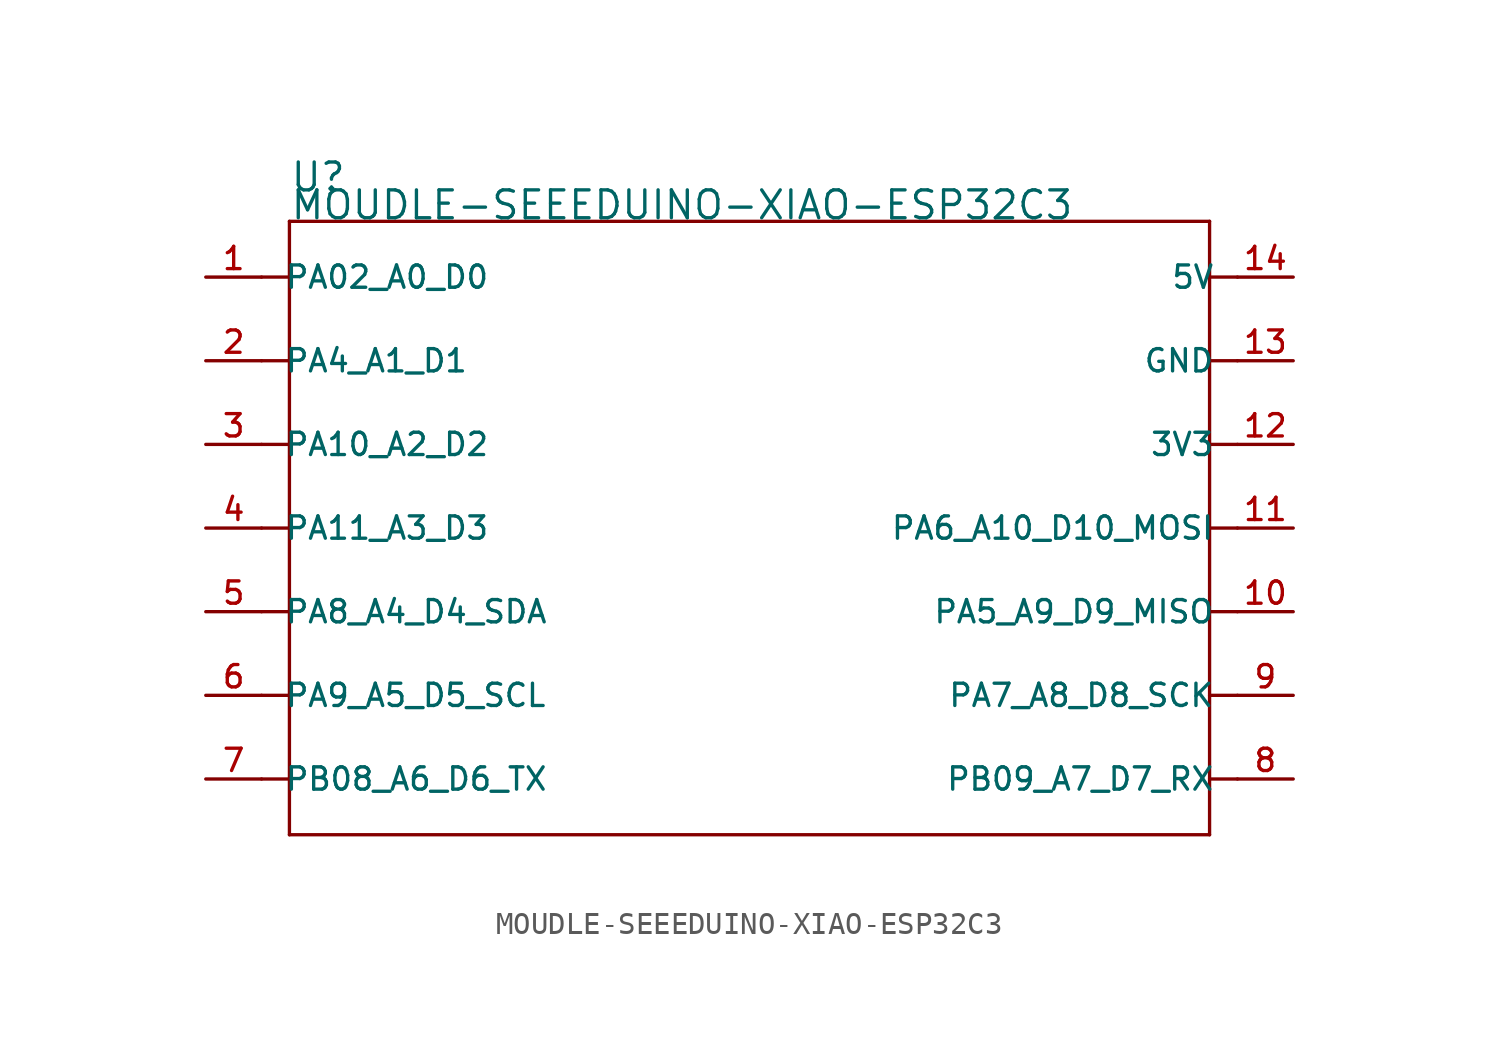
<source format=kicad_sym>
(kicad_symbol_lib
  (version 20241209)
  (generator "kicad_symbol_editor")
  (generator_version "9.0")
  (symbol "MOUDLE-SEEEDUINO-XIAO-ESP32C3"
    (pin_names
      (offset 1.016))
    (property "Reference" "U"
      (at -21.59 15.24 0)
      (effects (font (size 1.27 1.27)) (justify left bottom)))
    (property "Value" "MOUDLE-SEEEDUINO-XIAO-ESP32C3"
      (at -21.59 13.97 0)
      (effects (font (size 1.27 1.27)) (justify left bottom)))
    (symbol "MOUDLE-SEEEDUINO-XIAO-ESP32C3_0_0"
      (polyline (pts (xy -21.59 13.97) (xy 20.32 13.97)) (stroke (width 0.152) (type default)) (fill (type none)))
      (polyline (pts (xy -21.59 11.43) (xy -22.86 11.43)) (stroke (width 0.152) (type default)) (fill (type none)))
      (polyline (pts (xy -21.59 11.43) (xy -21.59 13.97)) (stroke (width 0.152) (type default)) (fill (type none)))
      (polyline (pts (xy -21.59 7.62) (xy -22.86 7.62)) (stroke (width 0.152) (type default)) (fill (type none)))
      (polyline (pts (xy -21.59 7.62) (xy -21.59 11.43)) (stroke (width 0.152) (type default)) (fill (type none)))
      (polyline (pts (xy -21.59 3.81) (xy -22.86 3.81)) (stroke (width 0.152) (type default)) (fill (type none)))
      (polyline (pts (xy -21.59 3.81) (xy -21.59 7.62)) (stroke (width 0.152) (type default)) (fill (type none)))
      (polyline (pts (xy -21.59 0) (xy -22.86 0)) (stroke (width 0.152) (type default)) (fill (type none)))
      (polyline (pts (xy -21.59 0) (xy -21.59 3.81)) (stroke (width 0.152) (type default)) (fill (type none)))
      (polyline (pts (xy -21.59 -3.81) (xy -22.86 -3.81)) (stroke (width 0.152) (type default)) (fill (type none)))
      (polyline (pts (xy -21.59 -7.62) (xy -22.86 -7.62)) (stroke (width 0.152) (type default)) (fill (type none)))
      (polyline (pts (xy -21.59 -11.43) (xy -22.86 -11.43)) (stroke (width 0.152) (type default)) (fill (type none)))
      (polyline (pts (xy -21.59 -13.97) (xy -21.59 0)) (stroke (width 0.152) (type default)) (fill (type none)))
      (polyline (pts (xy 20.32 13.97) (xy 20.32 11.43)) (stroke (width 0.152) (type default)) (fill (type none)))
      (polyline (pts (xy 20.32 11.43) (xy 20.32 7.62)) (stroke (width 0.152) (type default)) (fill (type none)))
      (polyline (pts (xy 20.32 7.62) (xy 20.32 3.81)) (stroke (width 0.152) (type default)) (fill (type none)))
      (polyline (pts (xy 20.32 3.81) (xy 20.32 -13.97)) (stroke (width 0.152) (type default)) (fill (type none)))
      (polyline (pts (xy 20.32 -13.97) (xy -21.59 -13.97)) (stroke (width 0.152) (type default)) (fill (type none)))
      (polyline (pts (xy 21.59 11.43) (xy 20.32 11.43)) (stroke (width 0.152) (type default)) (fill (type none)))
      (polyline (pts (xy 21.59 7.62) (xy 20.32 7.62)) (stroke (width 0.152) (type default)) (fill (type none)))
      (polyline (pts (xy 21.59 3.81) (xy 20.32 3.81)) (stroke (width 0.152) (type default)) (fill (type none)))
      (polyline (pts (xy 21.59 0) (xy 20.32 0)) (stroke (width 0.152) (type default)) (fill (type none)))
      (polyline (pts (xy 21.59 -3.81) (xy 20.32 -3.81)) (stroke (width 0.152) (type default)) (fill (type none)))
      (polyline (pts (xy 21.59 -7.62) (xy 20.32 -7.62)) (stroke (width 0.152) (type default)) (fill (type none)))
      (polyline (pts (xy 21.59 -11.43) (xy 20.32 -11.43)) (stroke (width 0.152) (type default)) (fill (type none)))
      (pin bidirectional line (at -25.4 11.43 0) (length 2.54) (name "PA02_A0_D0" (effects (font (size 1.016 1.016)))) (number "1" (effects (font (size 1.016 1.016)))))
      (pin bidirectional line (at -25.4 7.62 0) (length 2.54) (name "PA4_A1_D1" (effects (font (size 1.016 1.016)))) (number "2" (effects (font (size 1.016 1.016)))))
      (pin bidirectional line (at -25.4 3.81 0) (length 2.54) (name "PA10_A2_D2" (effects (font (size 1.016 1.016)))) (number "3" (effects (font (size 1.016 1.016)))))
      (pin bidirectional line (at -25.4 0 0) (length 2.54) (name "PA11_A3_D3" (effects (font (size 1.016 1.016)))) (number "4" (effects (font (size 1.016 1.016)))))
      (pin bidirectional line (at -25.4 -3.81 0) (length 2.54) (name "PA8_A4_D4_SDA" (effects (font (size 1.016 1.016)))) (number "5" (effects (font (size 1.016 1.016)))))
      (pin bidirectional line (at -25.4 -7.62 0) (length 2.54) (name "PA9_A5_D5_SCL" (effects (font (size 1.016 1.016)))) (number "6" (effects (font (size 1.016 1.016)))))
      (pin bidirectional line (at -25.4 -11.43 0) (length 2.54) (name "PB08_A6_D6_TX" (effects (font (size 1.016 1.016)))) (number "7" (effects (font (size 1.016 1.016)))))
      (pin bidirectional line (at 24.13 11.43 180) (length 2.54) (name "5V" (effects (font (size 1.016 1.016)))) (number "14" (effects (font (size 1.016 1.016)))))
      (pin bidirectional line (at 24.13 0 180) (length 2.54) (name "PA6_A10_D10_MOSI" (effects (font (size 1.016 1.016)))) (number "11" (effects (font (size 1.016 1.016)))))
      (pin bidirectional line (at 24.13 -3.81 180) (length 2.54) (name "PA5_A9_D9_MISO" (effects (font (size 1.016 1.016)))) (number "10" (effects (font (size 1.016 1.016)))))
      (pin bidirectional line (at 24.13 -7.62 180) (length 2.54) (name "PA7_A8_D8_SCK" (effects (font (size 1.016 1.016)))) (number "9" (effects (font (size 1.016 1.016)))))
      (pin bidirectional line (at 24.13 -11.43 180) (length 2.54) (name "PB09_A7_D7_RX" (effects (font (size 1.016 1.016)))) (number "8" (effects (font (size 1.016 1.016))))))
    (symbol "MOUDLE-SEEEDUINO-XIAO-ESP32C3_1_0"
      (pin passive line (at 24.13 7.62 180) (length 2.54) (name "GND" (effects (font (size 1.016 1.016)))) (number "13" (effects (font (size 1.016 1.016)))))
      (pin power_out line (at 24.13 3.81 180) (length 2.54) (name "3V3" (effects (font (size 1.016 1.016)))) (number "12" (effects (font (size 1.016 1.016))))))))
</source>
